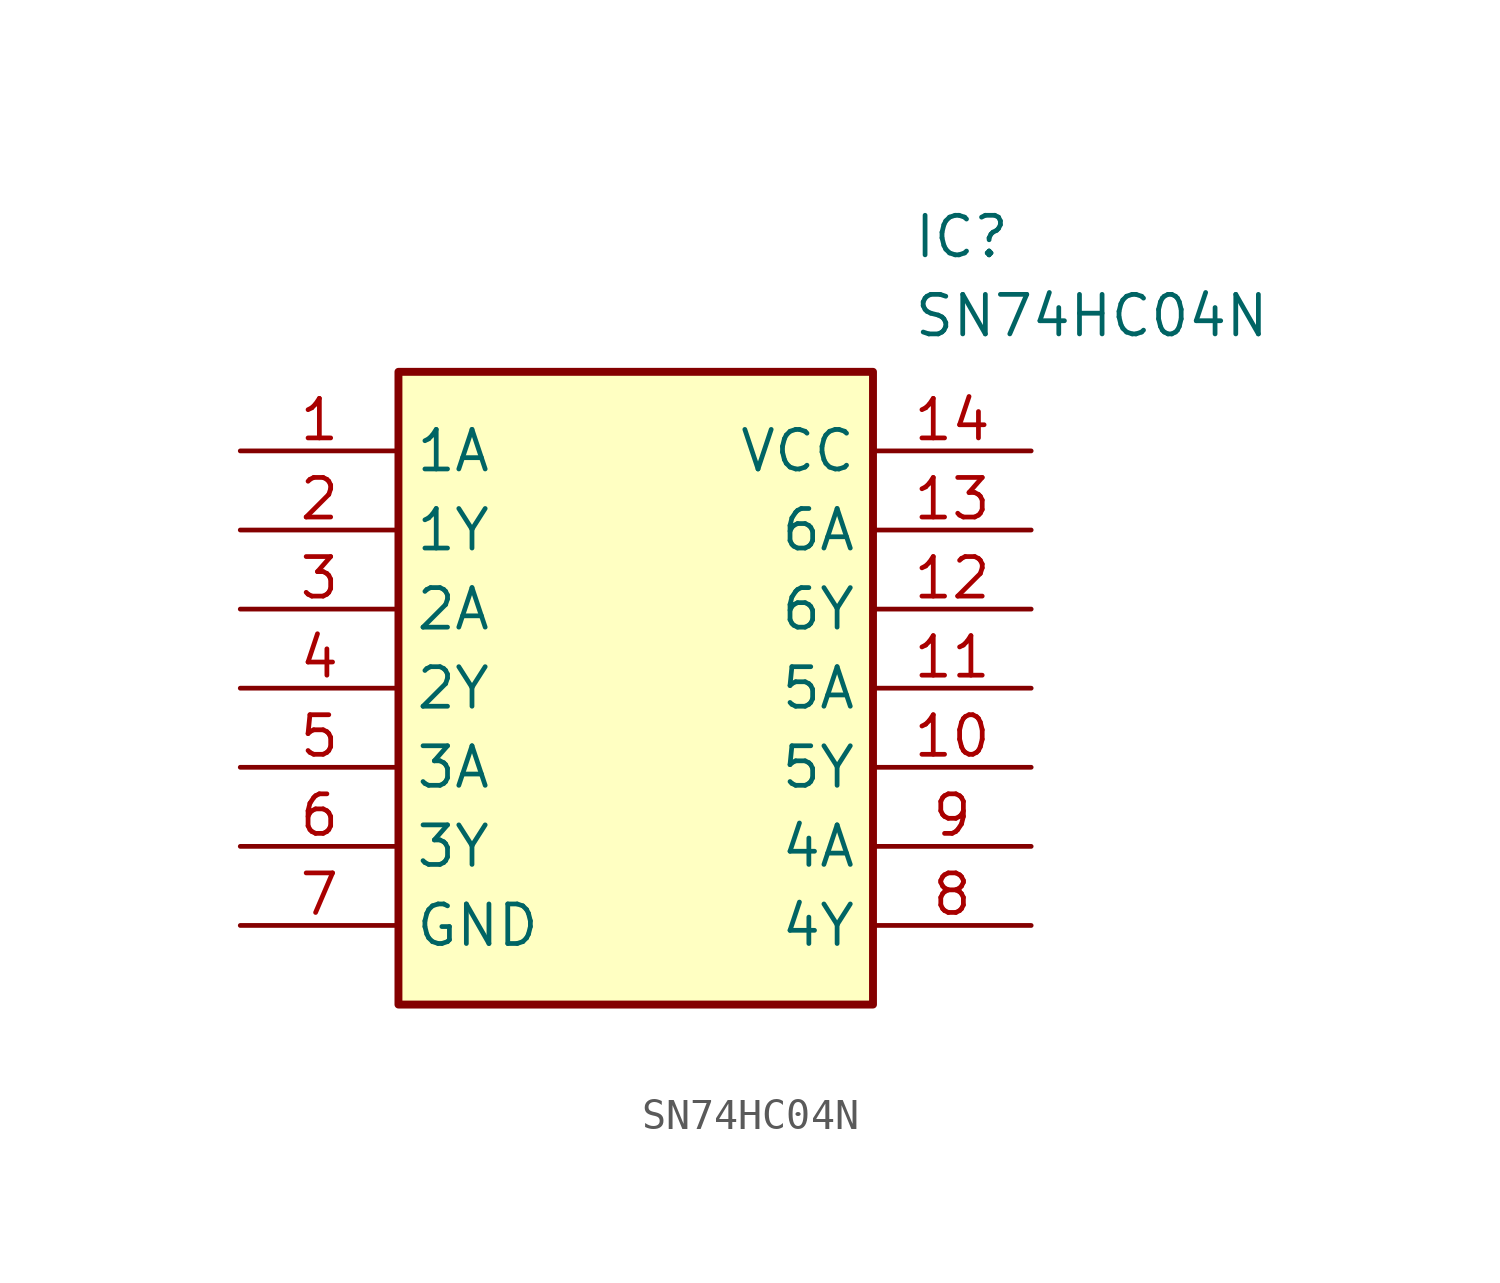
<source format=kicad_sym>
(kicad_symbol_lib
  (version 20211014)
  (generator SamacSys_ECAD_Model)
  (symbol "SN74HC04N"
    (property "Reference" "IC"
      (at 21.59 7.62 0)
      (effects (font (size 1.27 1.27)) (justify left top)))
    (property "Value" "SN74HC04N"
      (at 21.59 5.08 0)
      (effects (font (size 1.27 1.27)) (justify left top)))
    (rectangle
      (start 5.08 2.54)
      (end 20.32 -17.78)
      (stroke (width 0.254) (type default))
      (fill (type background)))
    (pin passive line
      (at 0 0 0)
      (length 5.08)
      (name "1A" (effects (font (size 1.27 1.27))))
      (number "1" (effects (font (size 1.27 1.27)))))
    (pin passive line
      (at 0 -2.54 0)
      (length 5.08)
      (name "1Y" (effects (font (size 1.27 1.27))))
      (number "2" (effects (font (size 1.27 1.27)))))
    (pin passive line
      (at 0 -5.08 0)
      (length 5.08)
      (name "2A" (effects (font (size 1.27 1.27))))
      (number "3" (effects (font (size 1.27 1.27)))))
    (pin passive line
      (at 0 -7.62 0)
      (length 5.08)
      (name "2Y" (effects (font (size 1.27 1.27))))
      (number "4" (effects (font (size 1.27 1.27)))))
    (pin passive line
      (at 0 -10.16 0)
      (length 5.08)
      (name "3A" (effects (font (size 1.27 1.27))))
      (number "5" (effects (font (size 1.27 1.27)))))
    (pin passive line
      (at 0 -12.7 0)
      (length 5.08)
      (name "3Y" (effects (font (size 1.27 1.27))))
      (number "6" (effects (font (size 1.27 1.27)))))
    (pin passive line
      (at 0 -15.24 0)
      (length 5.08)
      (name "GND" (effects (font (size 1.27 1.27))))
      (number "7" (effects (font (size 1.27 1.27)))))
    (pin passive line
      (at 25.4 0 180)
      (length 5.08)
      (name "VCC" (effects (font (size 1.27 1.27))))
      (number "14" (effects (font (size 1.27 1.27)))))
    (pin passive line
      (at 25.4 -2.54 180)
      (length 5.08)
      (name "6A" (effects (font (size 1.27 1.27))))
      (number "13" (effects (font (size 1.27 1.27)))))
    (pin passive line
      (at 25.4 -5.08 180)
      (length 5.08)
      (name "6Y" (effects (font (size 1.27 1.27))))
      (number "12" (effects (font (size 1.27 1.27)))))
    (pin passive line
      (at 25.4 -7.62 180)
      (length 5.08)
      (name "5A" (effects (font (size 1.27 1.27))))
      (number "11" (effects (font (size 1.27 1.27)))))
    (pin passive line
      (at 25.4 -10.16 180)
      (length 5.08)
      (name "5Y" (effects (font (size 1.27 1.27))))
      (number "10" (effects (font (size 1.27 1.27)))))
    (pin passive line
      (at 25.4 -12.7 180)
      (length 5.08)
      (name "4A" (effects (font (size 1.27 1.27))))
      (number "9" (effects (font (size 1.27 1.27)))))
    (pin passive line
      (at 25.4 -15.24 180)
      (length 5.08)
      (name "4Y" (effects (font (size 1.27 1.27))))
      (number "8" (effects (font (size 1.27 1.27)))))))
</source>
